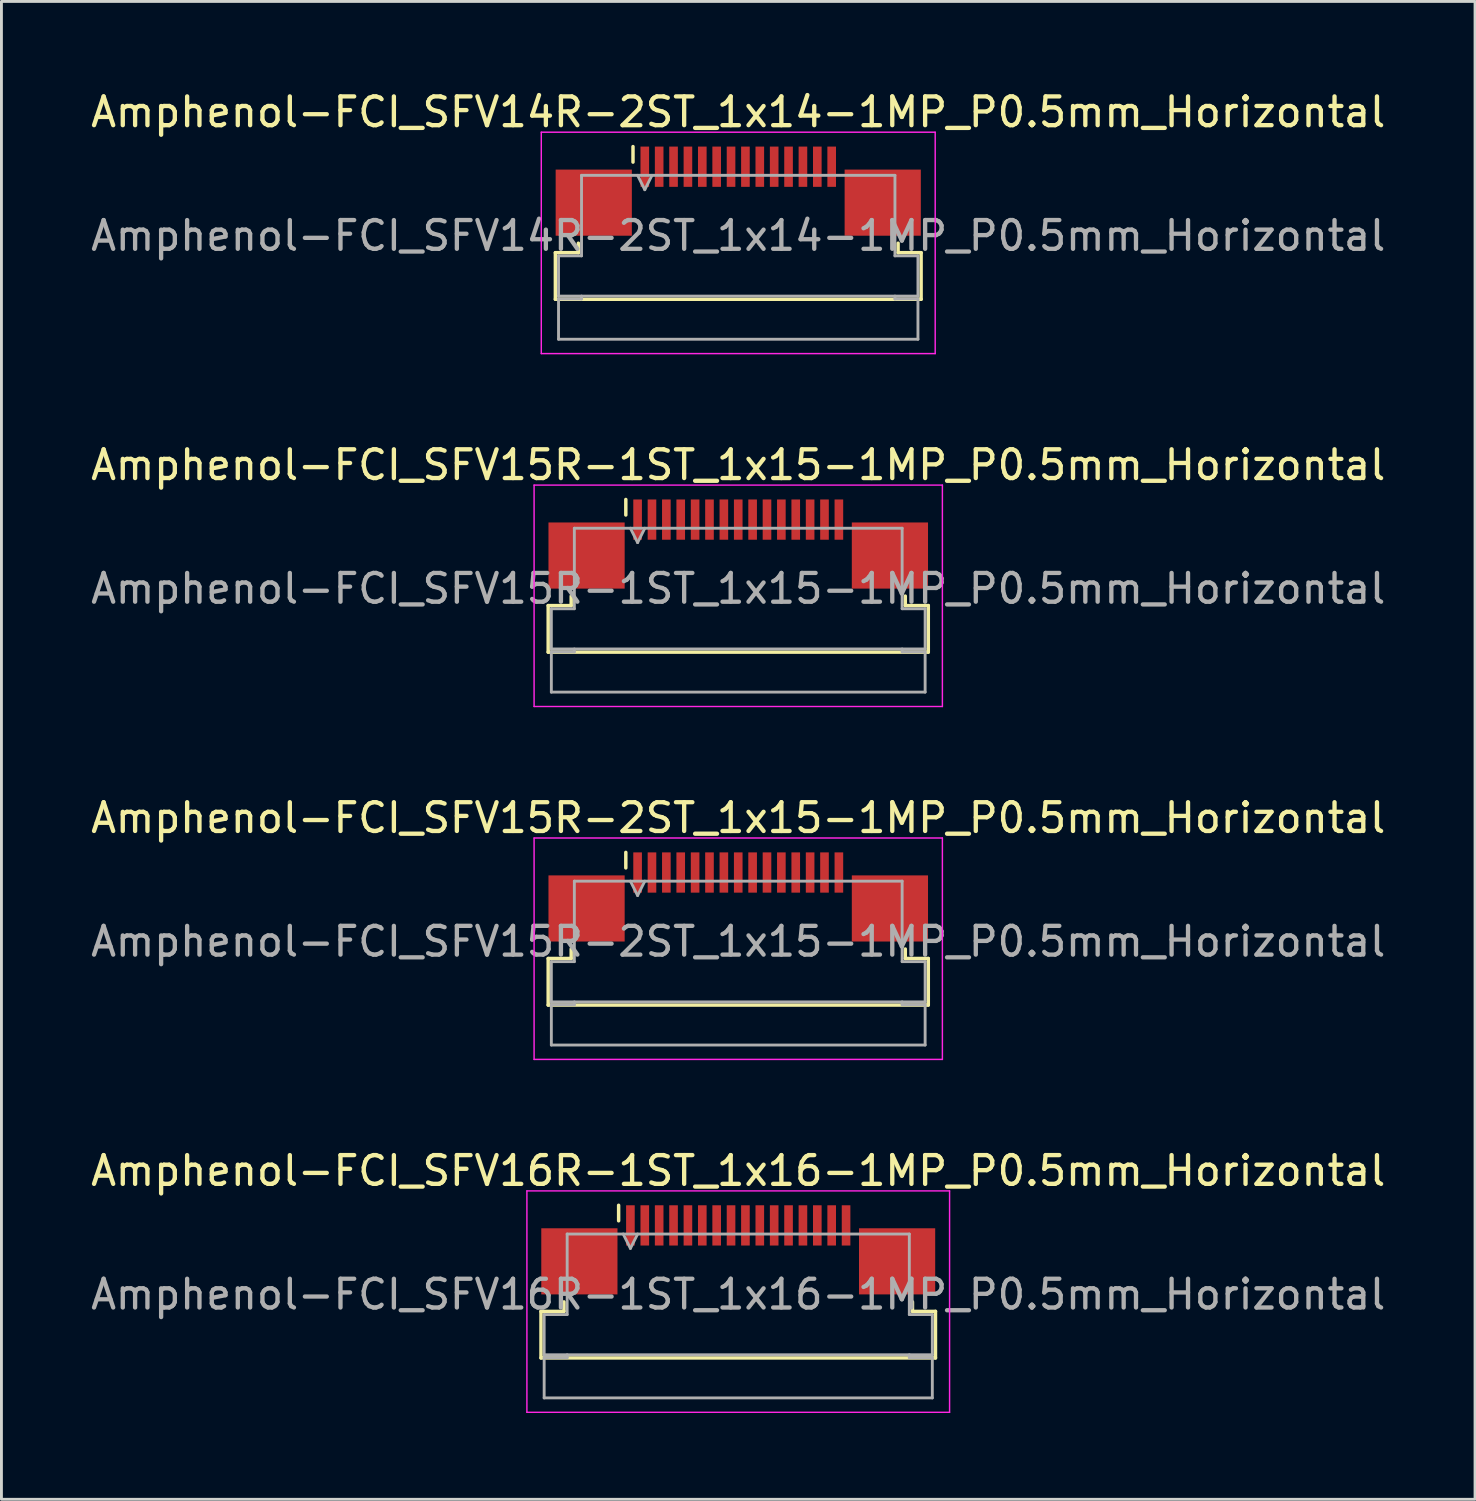
<source format=kicad_pcb>
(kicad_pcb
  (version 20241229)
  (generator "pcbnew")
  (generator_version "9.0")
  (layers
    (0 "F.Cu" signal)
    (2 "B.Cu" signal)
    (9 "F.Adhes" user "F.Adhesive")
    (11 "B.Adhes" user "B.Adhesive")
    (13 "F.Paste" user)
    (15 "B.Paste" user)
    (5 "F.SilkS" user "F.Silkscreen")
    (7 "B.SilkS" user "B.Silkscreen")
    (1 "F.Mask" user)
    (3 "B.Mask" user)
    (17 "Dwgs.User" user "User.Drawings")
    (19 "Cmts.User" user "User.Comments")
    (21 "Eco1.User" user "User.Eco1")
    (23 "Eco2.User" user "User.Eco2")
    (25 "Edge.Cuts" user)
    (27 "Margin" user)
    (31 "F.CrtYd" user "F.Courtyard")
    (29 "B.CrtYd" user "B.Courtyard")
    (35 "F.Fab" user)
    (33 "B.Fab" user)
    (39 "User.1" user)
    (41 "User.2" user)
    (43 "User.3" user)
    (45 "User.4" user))
  (footprint "Amphenol-FCI_SFV16R-1ST_1x16-1MP_P0.5mm_Horizontal"
    (layer "F.Cu")
    (at 22.625 41.568)
    (property "Reference" "Amphenol-FCI_SFV16R-1ST_1x16-1MP_P0.5mm_Horizontal" (at 0 -3.9 0) (layer "F.SilkS") (effects (font (size 1 1) (thickness 0.15))))
    (attr smd)
    (fp_line (start -6.86 0.99) (end -6.06 0.99) (stroke (width 0.12) (type solid)) (layer "F.SilkS"))
    (fp_line (start -6.86 2.61) (end -6.86 0.99) (stroke (width 0.12) (type solid)) (layer "F.SilkS"))
    (fp_line (start -6.06 0.99) (end -6.06 0.66) (stroke (width 0.12) (type solid)) (layer "F.SilkS"))
    (fp_line (start -4.16 -2.16) (end -4.16 -2.7) (stroke (width 0.12) (type solid)) (layer "F.SilkS"))
    (fp_line (start 6.06 0.66) (end 6.06 0.99) (stroke (width 0.12) (type solid)) (layer "F.SilkS"))
    (fp_line (start 6.06 0.99) (end 6.86 0.99) (stroke (width 0.12) (type solid)) (layer "F.SilkS"))
    (fp_line (start 6.86 0.99) (end 6.86 2.61) (stroke (width 0.12) (type solid)) (layer "F.SilkS"))
    (fp_line (start 6.86 2.61) (end -6.86 2.61) (stroke (width 0.12) (type solid)) (layer "F.SilkS"))
    (fp_line (start -7.35 -3.2) (end -7.35 4.5) (stroke (width 0.05) (type solid)) (layer "F.CrtYd"))
    (fp_line (start -7.35 4.5) (end 7.35 4.5) (stroke (width 0.05) (type solid)) (layer "F.CrtYd"))
    (fp_line (start 7.35 -3.2) (end -7.35 -3.2) (stroke (width 0.05) (type solid)) (layer "F.CrtYd"))
    (fp_line (start 7.35 4.5) (end 7.35 -3.2) (stroke (width 0.05) (type solid)) (layer "F.CrtYd"))
    (fp_line (start -6.75 1.1) (end -5.95 1.1) (stroke (width 0.1) (type solid)) (layer "F.Fab"))
    (fp_line (start -6.75 2.5) (end -6.75 1.1) (stroke (width 0.1) (type solid)) (layer "F.Fab"))
    (fp_line (start -6.75 2.6) (end -5.95 2.6) (stroke (width 0.1) (type solid)) (layer "F.Fab"))
    (fp_line (start -6.75 4) (end -6.75 2.6) (stroke (width 0.1) (type solid)) (layer "F.Fab"))
    (fp_line (start -5.95 -1.7) (end 5.95 -1.7) (stroke (width 0.1) (type solid)) (layer "F.Fab"))
    (fp_line (start -5.95 1.1) (end -5.95 -1.7) (stroke (width 0.1) (type solid)) (layer "F.Fab"))
    (fp_line (start -5.95 2.6) (end -5.95 2.5) (stroke (width 0.1) (type solid)) (layer "F.Fab"))
    (fp_line (start -4 -1.7) (end -3.75 -1.2) (stroke (width 0.1) (type solid)) (layer "F.Fab"))
    (fp_line (start -3.75 -1.2) (end -3.5 -1.7) (stroke (width 0.1) (type solid)) (layer "F.Fab"))
    (fp_line (start 5.95 -1.7) (end 5.95 1.1) (stroke (width 0.1) (type solid)) (layer "F.Fab"))
    (fp_line (start 5.95 1.1) (end 6.75 1.1) (stroke (width 0.1) (type solid)) (layer "F.Fab"))
    (fp_line (start 5.95 2.5) (end 5.95 2.6) (stroke (width 0.1) (type solid)) (layer "F.Fab"))
    (fp_line (start 5.95 2.6) (end 6.75 2.6) (stroke (width 0.1) (type solid)) (layer "F.Fab"))
    (fp_line (start 6.75 1.1) (end 6.75 2.5) (stroke (width 0.1) (type solid)) (layer "F.Fab"))
    (fp_line (start 6.75 2.5) (end -6.75 2.5) (stroke (width 0.1) (type solid)) (layer "F.Fab"))
    (fp_line (start 6.75 2.6) (end 6.75 4) (stroke (width 0.1) (type solid)) (layer "F.Fab"))
    (fp_line (start 6.75 4) (end -6.75 4) (stroke (width 0.1) (type solid)) (layer "F.Fab"))
    (fp_text user "${REFERENCE}" (at 0 0.4 0) (layer "F.Fab") (effects (font (size 1 1) (thickness 0.15))))
    (pad "1" smd rect (at -3.75 -2) (size 0.3 1.4) (layers "F.Cu" "F.Mask" "F.Paste"))
    (pad "2" smd rect (at -3.25 -2) (size 0.3 1.4) (layers "F.Cu" "F.Mask" "F.Paste"))
    (pad "3" smd rect (at -2.75 -2) (size 0.3 1.4) (layers "F.Cu" "F.Mask" "F.Paste"))
    (pad "4" smd rect (at -2.25 -2) (size 0.3 1.4) (layers "F.Cu" "F.Mask" "F.Paste"))
    (pad "5" smd rect (at -1.75 -2) (size 0.3 1.4) (layers "F.Cu" "F.Mask" "F.Paste"))
    (pad "6" smd rect (at -1.25 -2) (size 0.3 1.4) (layers "F.Cu" "F.Mask" "F.Paste"))
    (pad "7" smd rect (at -0.75 -2) (size 0.3 1.4) (layers "F.Cu" "F.Mask" "F.Paste"))
    (pad "8" smd rect (at -0.25 -2) (size 0.3 1.4) (layers "F.Cu" "F.Mask" "F.Paste"))
    (pad "9" smd rect (at 0.25 -2) (size 0.3 1.4) (layers "F.Cu" "F.Mask" "F.Paste"))
    (pad "10" smd rect (at 0.75 -2) (size 0.3 1.4) (layers "F.Cu" "F.Mask" "F.Paste"))
    (pad "11" smd rect (at 1.25 -2) (size 0.3 1.4) (layers "F.Cu" "F.Mask" "F.Paste"))
    (pad "12" smd rect (at 1.75 -2) (size 0.3 1.4) (layers "F.Cu" "F.Mask" "F.Paste"))
    (pad "13" smd rect (at 2.25 -2) (size 0.3 1.4) (layers "F.Cu" "F.Mask" "F.Paste"))
    (pad "14" smd rect (at 2.75 -2) (size 0.3 1.4) (layers "F.Cu" "F.Mask" "F.Paste"))
    (pad "15" smd rect (at 3.25 -2) (size 0.3 1.4) (layers "F.Cu" "F.Mask" "F.Paste"))
    (pad "16" smd rect (at 3.75 -2) (size 0.3 1.4) (layers "F.Cu" "F.Mask" "F.Paste"))
    (pad "MP" smd rect (at -5.525 -0.75) (size 2.65 2.3) (layers "F.Cu" "F.Mask" "F.Paste"))
    (pad "MP" smd rect (at 5.525 -0.75) (size 2.65 2.3) (layers "F.Cu" "F.Mask" "F.Paste")))
  (footprint "Amphenol-FCI_SFV15R-2ST_1x15-1MP_P0.5mm_Horizontal"
    (layer "F.Cu")
    (at 22.625 29.295)
    (property "Reference" "Amphenol-FCI_SFV15R-2ST_1x15-1MP_P0.5mm_Horizontal" (at 0 -3.9 0) (layer "F.SilkS") (effects (font (size 1 1) (thickness 0.15))))
    (attr smd)
    (fp_line (start -6.61 0.99) (end -5.81 0.99) (stroke (width 0.12) (type solid)) (layer "F.SilkS"))
    (fp_line (start -6.61 2.61) (end -6.61 0.99) (stroke (width 0.12) (type solid)) (layer "F.SilkS"))
    (fp_line (start -5.81 0.99) (end -5.81 0.66) (stroke (width 0.12) (type solid)) (layer "F.SilkS"))
    (fp_line (start -3.91 -2.16) (end -3.91 -2.7) (stroke (width 0.12) (type solid)) (layer "F.SilkS"))
    (fp_line (start 5.81 0.66) (end 5.81 0.99) (stroke (width 0.12) (type solid)) (layer "F.SilkS"))
    (fp_line (start 5.81 0.99) (end 6.61 0.99) (stroke (width 0.12) (type solid)) (layer "F.SilkS"))
    (fp_line (start 6.61 0.99) (end 6.61 2.61) (stroke (width 0.12) (type solid)) (layer "F.SilkS"))
    (fp_line (start 6.61 2.61) (end -6.61 2.61) (stroke (width 0.12) (type solid)) (layer "F.SilkS"))
    (fp_line (start -7.1 -3.2) (end -7.1 4.5) (stroke (width 0.05) (type solid)) (layer "F.CrtYd"))
    (fp_line (start -7.1 4.5) (end 7.1 4.5) (stroke (width 0.05) (type solid)) (layer "F.CrtYd"))
    (fp_line (start 7.1 -3.2) (end -7.1 -3.2) (stroke (width 0.05) (type solid)) (layer "F.CrtYd"))
    (fp_line (start 7.1 4.5) (end 7.1 -3.2) (stroke (width 0.05) (type solid)) (layer "F.CrtYd"))
    (fp_line (start -6.5 1.1) (end -5.7 1.1) (stroke (width 0.1) (type solid)) (layer "F.Fab"))
    (fp_line (start -6.5 2.5) (end -6.5 1.1) (stroke (width 0.1) (type solid)) (layer "F.Fab"))
    (fp_line (start -6.5 2.6) (end -5.7 2.6) (stroke (width 0.1) (type solid)) (layer "F.Fab"))
    (fp_line (start -6.5 4) (end -6.5 2.6) (stroke (width 0.1) (type solid)) (layer "F.Fab"))
    (fp_line (start -5.7 -1.7) (end 5.7 -1.7) (stroke (width 0.1) (type solid)) (layer "F.Fab"))
    (fp_line (start -5.7 1.1) (end -5.7 -1.7) (stroke (width 0.1) (type solid)) (layer "F.Fab"))
    (fp_line (start -5.7 2.6) (end -5.7 2.5) (stroke (width 0.1) (type solid)) (layer "F.Fab"))
    (fp_line (start -3.75 -1.7) (end -3.5 -1.2) (stroke (width 0.1) (type solid)) (layer "F.Fab"))
    (fp_line (start -3.5 -1.2) (end -3.25 -1.7) (stroke (width 0.1) (type solid)) (layer "F.Fab"))
    (fp_line (start 5.7 -1.7) (end 5.7 1.1) (stroke (width 0.1) (type solid)) (layer "F.Fab"))
    (fp_line (start 5.7 1.1) (end 6.5 1.1) (stroke (width 0.1) (type solid)) (layer "F.Fab"))
    (fp_line (start 5.7 2.5) (end 5.7 2.6) (stroke (width 0.1) (type solid)) (layer "F.Fab"))
    (fp_line (start 5.7 2.6) (end 6.5 2.6) (stroke (width 0.1) (type solid)) (layer "F.Fab"))
    (fp_line (start 6.5 1.1) (end 6.5 2.5) (stroke (width 0.1) (type solid)) (layer "F.Fab"))
    (fp_line (start 6.5 2.5) (end -6.5 2.5) (stroke (width 0.1) (type solid)) (layer "F.Fab"))
    (fp_line (start 6.5 2.6) (end 6.5 4) (stroke (width 0.1) (type solid)) (layer "F.Fab"))
    (fp_line (start 6.5 4) (end -6.5 4) (stroke (width 0.1) (type solid)) (layer "F.Fab"))
    (fp_text user "${REFERENCE}" (at 0 0.4 0) (layer "F.Fab") (effects (font (size 1 1) (thickness 0.15))))
    (pad "1" smd rect (at -3.5 -2) (size 0.3 1.4) (layers "F.Cu" "F.Mask" "F.Paste"))
    (pad "2" smd rect (at -3 -2) (size 0.3 1.4) (layers "F.Cu" "F.Mask" "F.Paste"))
    (pad "3" smd rect (at -2.5 -2) (size 0.3 1.4) (layers "F.Cu" "F.Mask" "F.Paste"))
    (pad "4" smd rect (at -2 -2) (size 0.3 1.4) (layers "F.Cu" "F.Mask" "F.Paste"))
    (pad "5" smd rect (at -1.5 -2) (size 0.3 1.4) (layers "F.Cu" "F.Mask" "F.Paste"))
    (pad "6" smd rect (at -1 -2) (size 0.3 1.4) (layers "F.Cu" "F.Mask" "F.Paste"))
    (pad "7" smd rect (at -0.5 -2) (size 0.3 1.4) (layers "F.Cu" "F.Mask" "F.Paste"))
    (pad "8" smd rect (at 0 -2) (size 0.3 1.4) (layers "F.Cu" "F.Mask" "F.Paste"))
    (pad "9" smd rect (at 0.5 -2) (size 0.3 1.4) (layers "F.Cu" "F.Mask" "F.Paste"))
    (pad "10" smd rect (at 1 -2) (size 0.3 1.4) (layers "F.Cu" "F.Mask" "F.Paste"))
    (pad "11" smd rect (at 1.5 -2) (size 0.3 1.4) (layers "F.Cu" "F.Mask" "F.Paste"))
    (pad "12" smd rect (at 2 -2) (size 0.3 1.4) (layers "F.Cu" "F.Mask" "F.Paste"))
    (pad "13" smd rect (at 2.5 -2) (size 0.3 1.4) (layers "F.Cu" "F.Mask" "F.Paste"))
    (pad "14" smd rect (at 3 -2) (size 0.3 1.4) (layers "F.Cu" "F.Mask" "F.Paste"))
    (pad "15" smd rect (at 3.5 -2) (size 0.3 1.4) (layers "F.Cu" "F.Mask" "F.Paste"))
    (pad "MP" smd rect (at -5.275 -0.75) (size 2.65 2.3) (layers "F.Cu" "F.Mask" "F.Paste"))
    (pad "MP" smd rect (at 5.275 -0.75) (size 2.65 2.3) (layers "F.Cu" "F.Mask" "F.Paste")))
  (footprint "Amphenol-FCI_SFV15R-1ST_1x15-1MP_P0.5mm_Horizontal"
    (layer "F.Cu")
    (at 22.625 17.021)
    (property "Reference" "Amphenol-FCI_SFV15R-1ST_1x15-1MP_P0.5mm_Horizontal" (at 0 -3.9 0) (layer "F.SilkS") (effects (font (size 1 1) (thickness 0.15))))
    (attr smd)
    (fp_line (start -6.61 0.99) (end -5.81 0.99) (stroke (width 0.12) (type solid)) (layer "F.SilkS"))
    (fp_line (start -6.61 2.61) (end -6.61 0.99) (stroke (width 0.12) (type solid)) (layer "F.SilkS"))
    (fp_line (start -5.81 0.99) (end -5.81 0.66) (stroke (width 0.12) (type solid)) (layer "F.SilkS"))
    (fp_line (start -3.91 -2.16) (end -3.91 -2.7) (stroke (width 0.12) (type solid)) (layer "F.SilkS"))
    (fp_line (start 5.81 0.66) (end 5.81 0.99) (stroke (width 0.12) (type solid)) (layer "F.SilkS"))
    (fp_line (start 5.81 0.99) (end 6.61 0.99) (stroke (width 0.12) (type solid)) (layer "F.SilkS"))
    (fp_line (start 6.61 0.99) (end 6.61 2.61) (stroke (width 0.12) (type solid)) (layer "F.SilkS"))
    (fp_line (start 6.61 2.61) (end -6.61 2.61) (stroke (width 0.12) (type solid)) (layer "F.SilkS"))
    (fp_line (start -7.1 -3.2) (end -7.1 4.5) (stroke (width 0.05) (type solid)) (layer "F.CrtYd"))
    (fp_line (start -7.1 4.5) (end 7.1 4.5) (stroke (width 0.05) (type solid)) (layer "F.CrtYd"))
    (fp_line (start 7.1 -3.2) (end -7.1 -3.2) (stroke (width 0.05) (type solid)) (layer "F.CrtYd"))
    (fp_line (start 7.1 4.5) (end 7.1 -3.2) (stroke (width 0.05) (type solid)) (layer "F.CrtYd"))
    (fp_line (start -6.5 1.1) (end -5.7 1.1) (stroke (width 0.1) (type solid)) (layer "F.Fab"))
    (fp_line (start -6.5 2.5) (end -6.5 1.1) (stroke (width 0.1) (type solid)) (layer "F.Fab"))
    (fp_line (start -6.5 2.6) (end -5.7 2.6) (stroke (width 0.1) (type solid)) (layer "F.Fab"))
    (fp_line (start -6.5 4) (end -6.5 2.6) (stroke (width 0.1) (type solid)) (layer "F.Fab"))
    (fp_line (start -5.7 -1.7) (end 5.7 -1.7) (stroke (width 0.1) (type solid)) (layer "F.Fab"))
    (fp_line (start -5.7 1.1) (end -5.7 -1.7) (stroke (width 0.1) (type solid)) (layer "F.Fab"))
    (fp_line (start -5.7 2.6) (end -5.7 2.5) (stroke (width 0.1) (type solid)) (layer "F.Fab"))
    (fp_line (start -3.75 -1.7) (end -3.5 -1.2) (stroke (width 0.1) (type solid)) (layer "F.Fab"))
    (fp_line (start -3.5 -1.2) (end -3.25 -1.7) (stroke (width 0.1) (type solid)) (layer "F.Fab"))
    (fp_line (start 5.7 -1.7) (end 5.7 1.1) (stroke (width 0.1) (type solid)) (layer "F.Fab"))
    (fp_line (start 5.7 1.1) (end 6.5 1.1) (stroke (width 0.1) (type solid)) (layer "F.Fab"))
    (fp_line (start 5.7 2.5) (end 5.7 2.6) (stroke (width 0.1) (type solid)) (layer "F.Fab"))
    (fp_line (start 5.7 2.6) (end 6.5 2.6) (stroke (width 0.1) (type solid)) (layer "F.Fab"))
    (fp_line (start 6.5 1.1) (end 6.5 2.5) (stroke (width 0.1) (type solid)) (layer "F.Fab"))
    (fp_line (start 6.5 2.5) (end -6.5 2.5) (stroke (width 0.1) (type solid)) (layer "F.Fab"))
    (fp_line (start 6.5 2.6) (end 6.5 4) (stroke (width 0.1) (type solid)) (layer "F.Fab"))
    (fp_line (start 6.5 4) (end -6.5 4) (stroke (width 0.1) (type solid)) (layer "F.Fab"))
    (fp_text user "${REFERENCE}" (at 0 0.4 0) (layer "F.Fab") (effects (font (size 1 1) (thickness 0.15))))
    (pad "1" smd rect (at -3.5 -2) (size 0.3 1.4) (layers "F.Cu" "F.Mask" "F.Paste"))
    (pad "2" smd rect (at -3 -2) (size 0.3 1.4) (layers "F.Cu" "F.Mask" "F.Paste"))
    (pad "3" smd rect (at -2.5 -2) (size 0.3 1.4) (layers "F.Cu" "F.Mask" "F.Paste"))
    (pad "4" smd rect (at -2 -2) (size 0.3 1.4) (layers "F.Cu" "F.Mask" "F.Paste"))
    (pad "5" smd rect (at -1.5 -2) (size 0.3 1.4) (layers "F.Cu" "F.Mask" "F.Paste"))
    (pad "6" smd rect (at -1 -2) (size 0.3 1.4) (layers "F.Cu" "F.Mask" "F.Paste"))
    (pad "7" smd rect (at -0.5 -2) (size 0.3 1.4) (layers "F.Cu" "F.Mask" "F.Paste"))
    (pad "8" smd rect (at 0 -2) (size 0.3 1.4) (layers "F.Cu" "F.Mask" "F.Paste"))
    (pad "9" smd rect (at 0.5 -2) (size 0.3 1.4) (layers "F.Cu" "F.Mask" "F.Paste"))
    (pad "10" smd rect (at 1 -2) (size 0.3 1.4) (layers "F.Cu" "F.Mask" "F.Paste"))
    (pad "11" smd rect (at 1.5 -2) (size 0.3 1.4) (layers "F.Cu" "F.Mask" "F.Paste"))
    (pad "12" smd rect (at 2 -2) (size 0.3 1.4) (layers "F.Cu" "F.Mask" "F.Paste"))
    (pad "13" smd rect (at 2.5 -2) (size 0.3 1.4) (layers "F.Cu" "F.Mask" "F.Paste"))
    (pad "14" smd rect (at 3 -2) (size 0.3 1.4) (layers "F.Cu" "F.Mask" "F.Paste"))
    (pad "15" smd rect (at 3.5 -2) (size 0.3 1.4) (layers "F.Cu" "F.Mask" "F.Paste"))
    (pad "MP" smd rect (at -5.275 -0.75) (size 2.65 2.3) (layers "F.Cu" "F.Mask" "F.Paste"))
    (pad "MP" smd rect (at 5.275 -0.75) (size 2.65 2.3) (layers "F.Cu" "F.Mask" "F.Paste")))
  (footprint "Amphenol-FCI_SFV14R-2ST_1x14-1MP_P0.5mm_Horizontal"
    (layer "F.Cu")
    (at 22.625 4.748)
    (property "Reference" "Amphenol-FCI_SFV14R-2ST_1x14-1MP_P0.5mm_Horizontal" (at 0 -3.9 0) (layer "F.SilkS") (effects (font (size 1 1) (thickness 0.15))))
    (attr smd)
    (fp_line (start -6.36 0.99) (end -5.56 0.99) (stroke (width 0.12) (type solid)) (layer "F.SilkS"))
    (fp_line (start -6.36 2.61) (end -6.36 0.99) (stroke (width 0.12) (type solid)) (layer "F.SilkS"))
    (fp_line (start -5.56 0.99) (end -5.56 0.66) (stroke (width 0.12) (type solid)) (layer "F.SilkS"))
    (fp_line (start -3.66 -2.16) (end -3.66 -2.7) (stroke (width 0.12) (type solid)) (layer "F.SilkS"))
    (fp_line (start 5.56 0.66) (end 5.56 0.99) (stroke (width 0.12) (type solid)) (layer "F.SilkS"))
    (fp_line (start 5.56 0.99) (end 6.36 0.99) (stroke (width 0.12) (type solid)) (layer "F.SilkS"))
    (fp_line (start 6.36 0.99) (end 6.36 2.61) (stroke (width 0.12) (type solid)) (layer "F.SilkS"))
    (fp_line (start 6.36 2.61) (end -6.36 2.61) (stroke (width 0.12) (type solid)) (layer "F.SilkS"))
    (fp_line (start -6.85 -3.2) (end -6.85 4.5) (stroke (width 0.05) (type solid)) (layer "F.CrtYd"))
    (fp_line (start -6.85 4.5) (end 6.85 4.5) (stroke (width 0.05) (type solid)) (layer "F.CrtYd"))
    (fp_line (start 6.85 -3.2) (end -6.85 -3.2) (stroke (width 0.05) (type solid)) (layer "F.CrtYd"))
    (fp_line (start 6.85 4.5) (end 6.85 -3.2) (stroke (width 0.05) (type solid)) (layer "F.CrtYd"))
    (fp_line (start -6.25 1.1) (end -5.45 1.1) (stroke (width 0.1) (type solid)) (layer "F.Fab"))
    (fp_line (start -6.25 2.5) (end -6.25 1.1) (stroke (width 0.1) (type solid)) (layer "F.Fab"))
    (fp_line (start -6.25 2.6) (end -5.45 2.6) (stroke (width 0.1) (type solid)) (layer "F.Fab"))
    (fp_line (start -6.25 4) (end -6.25 2.6) (stroke (width 0.1) (type solid)) (layer "F.Fab"))
    (fp_line (start -5.45 -1.7) (end 5.45 -1.7) (stroke (width 0.1) (type solid)) (layer "F.Fab"))
    (fp_line (start -5.45 1.1) (end -5.45 -1.7) (stroke (width 0.1) (type solid)) (layer "F.Fab"))
    (fp_line (start -5.45 2.6) (end -5.45 2.5) (stroke (width 0.1) (type solid)) (layer "F.Fab"))
    (fp_line (start -3.5 -1.7) (end -3.25 -1.2) (stroke (width 0.1) (type solid)) (layer "F.Fab"))
    (fp_line (start -3.25 -1.2) (end -3 -1.7) (stroke (width 0.1) (type solid)) (layer "F.Fab"))
    (fp_line (start 5.45 -1.7) (end 5.45 1.1) (stroke (width 0.1) (type solid)) (layer "F.Fab"))
    (fp_line (start 5.45 1.1) (end 6.25 1.1) (stroke (width 0.1) (type solid)) (layer "F.Fab"))
    (fp_line (start 5.45 2.5) (end 5.45 2.6) (stroke (width 0.1) (type solid)) (layer "F.Fab"))
    (fp_line (start 5.45 2.6) (end 6.25 2.6) (stroke (width 0.1) (type solid)) (layer "F.Fab"))
    (fp_line (start 6.25 1.1) (end 6.25 2.5) (stroke (width 0.1) (type solid)) (layer "F.Fab"))
    (fp_line (start 6.25 2.5) (end -6.25 2.5) (stroke (width 0.1) (type solid)) (layer "F.Fab"))
    (fp_line (start 6.25 2.6) (end 6.25 4) (stroke (width 0.1) (type solid)) (layer "F.Fab"))
    (fp_line (start 6.25 4) (end -6.25 4) (stroke (width 0.1) (type solid)) (layer "F.Fab"))
    (fp_text user "${REFERENCE}" (at 0 0.4 0) (layer "F.Fab") (effects (font (size 1 1) (thickness 0.15))))
    (pad "1" smd rect (at -3.25 -2) (size 0.3 1.4) (layers "F.Cu" "F.Mask" "F.Paste"))
    (pad "2" smd rect (at -2.75 -2) (size 0.3 1.4) (layers "F.Cu" "F.Mask" "F.Paste"))
    (pad "3" smd rect (at -2.25 -2) (size 0.3 1.4) (layers "F.Cu" "F.Mask" "F.Paste"))
    (pad "4" smd rect (at -1.75 -2) (size 0.3 1.4) (layers "F.Cu" "F.Mask" "F.Paste"))
    (pad "5" smd rect (at -1.25 -2) (size 0.3 1.4) (layers "F.Cu" "F.Mask" "F.Paste"))
    (pad "6" smd rect (at -0.75 -2) (size 0.3 1.4) (layers "F.Cu" "F.Mask" "F.Paste"))
    (pad "7" smd rect (at -0.25 -2) (size 0.3 1.4) (layers "F.Cu" "F.Mask" "F.Paste"))
    (pad "8" smd rect (at 0.25 -2) (size 0.3 1.4) (layers "F.Cu" "F.Mask" "F.Paste"))
    (pad "9" smd rect (at 0.75 -2) (size 0.3 1.4) (layers "F.Cu" "F.Mask" "F.Paste"))
    (pad "10" smd rect (at 1.25 -2) (size 0.3 1.4) (layers "F.Cu" "F.Mask" "F.Paste"))
    (pad "11" smd rect (at 1.75 -2) (size 0.3 1.4) (layers "F.Cu" "F.Mask" "F.Paste"))
    (pad "12" smd rect (at 2.25 -2) (size 0.3 1.4) (layers "F.Cu" "F.Mask" "F.Paste"))
    (pad "13" smd rect (at 2.75 -2) (size 0.3 1.4) (layers "F.Cu" "F.Mask" "F.Paste"))
    (pad "14" smd rect (at 3.25 -2) (size 0.3 1.4) (layers "F.Cu" "F.Mask" "F.Paste"))
    (pad "MP" smd rect (at -5.025 -0.75) (size 2.65 2.3) (layers "F.Cu" "F.Mask" "F.Paste"))
    (pad "MP" smd rect (at 5.025 -0.75) (size 2.65 2.3) (layers "F.Cu" "F.Mask" "F.Paste")))
  (gr_rect
    (start -3 -3)
    (end 48.25 49.093)
    (stroke (width 0.1) (type default))
    (fill no)
    (layer "Edge.Cuts")))
</source>
